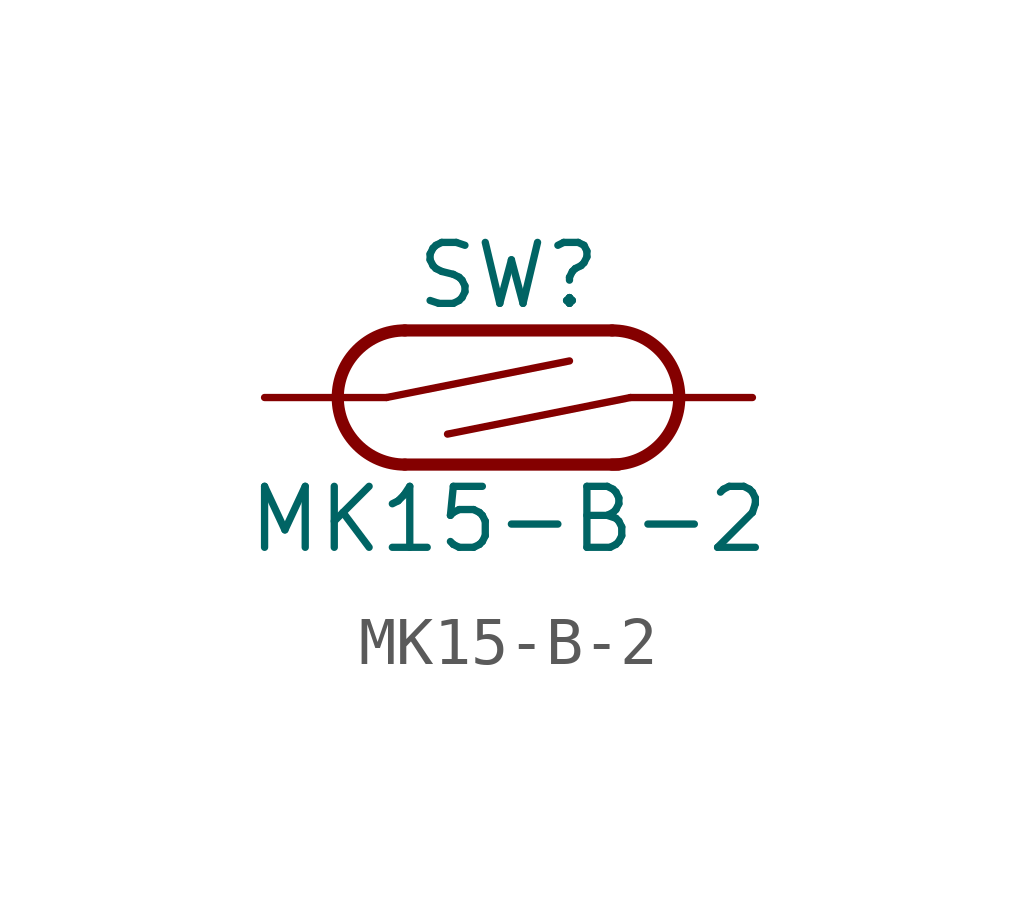
<source format=kicad_sym>
(kicad_symbol_lib
  (version 20211014)
  (generator kicad_symbol_editor)
  (symbol "MK15-B-2"
    (pin_numbers hide)
    (pin_names
      (offset 0) hide)
    (property "Reference" "SW"
      (at 0 2.54 0)
      (effects (font (size 1.27 1.27))))
    (property "Value" "MK15-B-2"
      (at 0 -2.54 0)
      (effects (font (size 1.27 1.27))))
    (symbol "MK15-B-2_0_0"
      (arc (start -2.159 1.397) (mid -3.556 0) (end -2.159 -1.397) (stroke (width 0.254) (type default) (color 0 0 0 0)) (fill (type none)))
      (polyline (pts (xy -2.54 0) (xy 1.27 0.762)) (stroke (width 0) (type default) (color 0 0 0 0)) (fill (type none)))
      (polyline (pts (xy -2.159 -1.397) (xy 2.286 -1.397)) (stroke (width 0.254) (type default) (color 0 0 0 0)) (fill (type none)))
      (polyline (pts (xy 2.159 1.397) (xy -2.159 1.397)) (stroke (width 0.254) (type default) (color 0 0 0 0)) (fill (type none)))
      (polyline (pts (xy 2.54 0) (xy -1.27 -0.762)) (stroke (width 0) (type default) (color 0 0 0 0)) (fill (type none)))
      (arc (start 2.159 -1.397) (mid 3.556 0) (end 2.159 1.397) (stroke (width 0.254) (type default) (color 0 0 0 0)) (fill (type none))))
    (symbol "MK15-B-2_1_1"
      (pin passive line (at -5.08 0 0) (length 2.54) (name "1" (effects (font (size 1.27 1.27)))) (number "1" (effects (font (size 1.27 1.27)))))
      (pin passive line (at 5.08 0 180) (length 2.54) (name "2" (effects (font (size 1.27 1.27)))) (number "2" (effects (font (size 1.27 1.27))))))))
</source>
